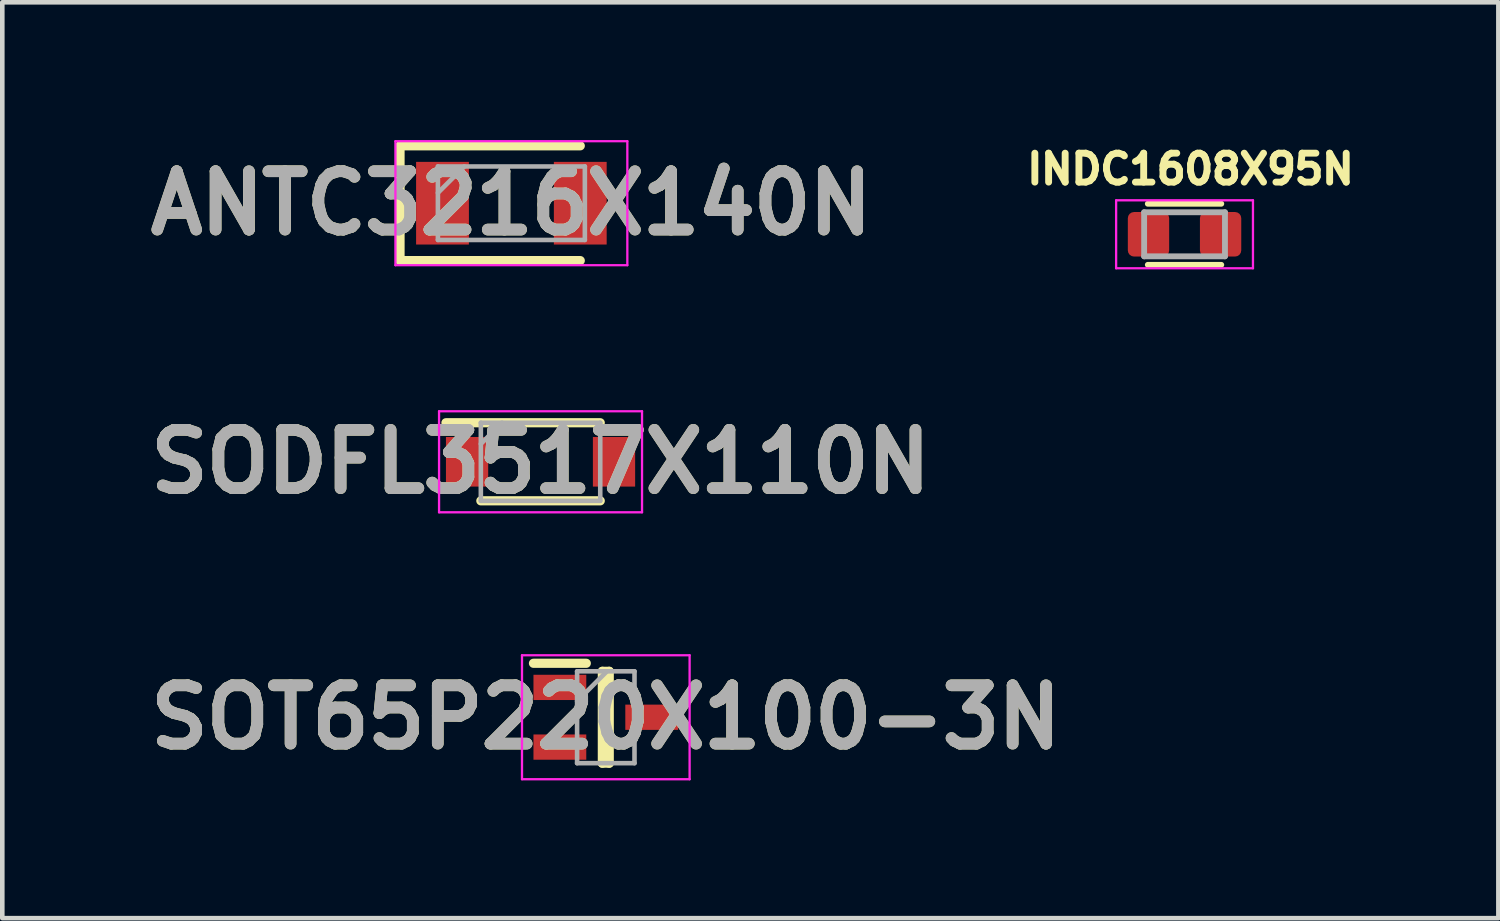
<source format=kicad_pcb>
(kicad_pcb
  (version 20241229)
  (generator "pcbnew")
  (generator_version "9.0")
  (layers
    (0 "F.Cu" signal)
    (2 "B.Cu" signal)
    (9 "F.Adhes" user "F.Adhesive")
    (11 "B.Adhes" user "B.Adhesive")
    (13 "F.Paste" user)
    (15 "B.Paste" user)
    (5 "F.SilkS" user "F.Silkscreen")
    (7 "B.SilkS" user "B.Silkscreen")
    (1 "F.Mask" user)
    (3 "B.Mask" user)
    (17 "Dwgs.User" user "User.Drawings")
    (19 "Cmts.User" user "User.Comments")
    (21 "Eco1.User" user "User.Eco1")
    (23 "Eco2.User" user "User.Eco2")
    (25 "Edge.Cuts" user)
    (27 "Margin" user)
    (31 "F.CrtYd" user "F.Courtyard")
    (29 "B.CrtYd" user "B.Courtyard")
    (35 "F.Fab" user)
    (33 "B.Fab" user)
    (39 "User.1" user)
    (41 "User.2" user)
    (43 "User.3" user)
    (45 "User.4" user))
  (footprint "INDC1608X95N"
    (layer "F.Cu")
    (at 22.745 2.052)
    (property "Reference" "INDC1608X95N" (at 0.13 -1.42 0) (layer "F.SilkS") (effects (font (size 0.63 0.63) (thickness 0.15))))
    (attr smd)
    (fp_line (start -0.8 -0.665) (end 0.8 -0.665) (stroke (width 0.127) (type solid)) (layer "F.SilkS"))
    (fp_line (start -0.8 0.665) (end 0.8 0.665) (stroke (width 0.127) (type solid)) (layer "F.SilkS"))
    (fp_line (start -1.49 -0.74) (end 1.49 -0.74) (stroke (width 0.05) (type solid)) (layer "F.CrtYd"))
    (fp_line (start -1.49 0.74) (end -1.49 -0.74) (stroke (width 0.05) (type solid)) (layer "F.CrtYd"))
    (fp_line (start 1.49 -0.74) (end 1.49 0.74) (stroke (width 0.05) (type solid)) (layer "F.CrtYd"))
    (fp_line (start 1.49 0.74) (end -1.49 0.74) (stroke (width 0.05) (type solid)) (layer "F.CrtYd"))
    (fp_line (start -0.88 -0.48) (end 0.88 -0.48) (stroke (width 0.127) (type solid)) (layer "F.Fab"))
    (fp_line (start -0.88 0.48) (end -0.88 -0.48) (stroke (width 0.127) (type solid)) (layer "F.Fab"))
    (fp_line (start 0.88 -0.48) (end 0.88 0.48) (stroke (width 0.127) (type solid)) (layer "F.Fab"))
    (fp_line (start 0.88 0.48) (end -0.88 0.48) (stroke (width 0.127) (type solid)) (layer "F.Fab"))
    (pad "1" smd roundrect (at -0.785 0) (size 0.9 0.97) (layers "F.Cu" "F.Mask" "F.Paste") (roundrect_rratio 0.15))
    (pad "2" smd roundrect (at 0.785 0) (size 0.9 0.97) (layers "F.Cu" "F.Mask" "F.Paste") (roundrect_rratio 0.15)))
  (footprint "SOT65P220X100-3N"
    (layer "F.Cu")
    (at 10.142 12.569)
    (property "Reference" "SOT65P220X100-3N" (at 0 0 0) (layer "F.SilkS") (effects (font (size 1.27 1.27) (thickness 0.254))))
    (attr smd)
    (fp_line (start -1.575 -1.175) (end -0.425 -1.175) (stroke (width 0.2) (type solid)) (layer "F.SilkS"))
    (fp_line (start -0.075 -1) (end 0.075 -1) (stroke (width 0.2) (type solid)) (layer "F.SilkS"))
    (fp_line (start -0.075 1) (end -0.075 -1) (stroke (width 0.2) (type solid)) (layer "F.SilkS"))
    (fp_line (start 0.075 -1) (end 0.075 1) (stroke (width 0.2) (type solid)) (layer "F.SilkS"))
    (fp_line (start 0.075 1) (end -0.075 1) (stroke (width 0.2) (type solid)) (layer "F.SilkS"))
    (fp_line (start -1.825 -1.35) (end 1.825 -1.35) (stroke (width 0.05) (type solid)) (layer "F.CrtYd"))
    (fp_line (start -1.825 1.35) (end -1.825 -1.35) (stroke (width 0.05) (type solid)) (layer "F.CrtYd"))
    (fp_line (start 1.825 -1.35) (end 1.825 1.35) (stroke (width 0.05) (type solid)) (layer "F.CrtYd"))
    (fp_line (start 1.825 1.35) (end -1.825 1.35) (stroke (width 0.05) (type solid)) (layer "F.CrtYd"))
    (fp_line (start -0.625 -1) (end 0.625 -1) (stroke (width 0.1) (type solid)) (layer "F.Fab"))
    (fp_line (start -0.625 -0.35) (end 0.025 -1) (stroke (width 0.1) (type solid)) (layer "F.Fab"))
    (fp_line (start -0.625 1) (end -0.625 -1) (stroke (width 0.1) (type solid)) (layer "F.Fab"))
    (fp_line (start 0.625 -1) (end 0.625 1) (stroke (width 0.1) (type solid)) (layer "F.Fab"))
    (fp_line (start 0.625 1) (end -0.625 1) (stroke (width 0.1) (type solid)) (layer "F.Fab"))
    (fp_text user "${REFERENCE}" (at 0 0 0) (layer "F.Fab") (effects (font (size 1.27 1.27) (thickness 0.254))))
    (pad "1" smd rect (at -1 -0.65 90) (size 0.55 1.15) (layers "F.Cu" "F.Mask" "F.Paste"))
    (pad "2" smd rect (at -1 0.65 90) (size 0.55 1.15) (layers "F.Cu" "F.Mask" "F.Paste"))
    (pad "3" smd rect (at 1 0 90) (size 0.55 1.15) (layers "F.Cu" "F.Mask" "F.Paste")))
  (footprint "SODFL3517X110N"
    (layer "F.Cu")
    (at 8.721 7.006)
    (property "Reference" "SODFL3517X110N" (at 0 0 0) (layer "F.SilkS") (effects (font (size 1.27 1.27) (thickness 0.254))))
    (attr smd)
    (fp_line (start -2.06 -0.85) (end 1.3 -0.85) (stroke (width 0.2) (type solid)) (layer "F.SilkS"))
    (fp_line (start -1.3 0.85) (end 1.3 0.85) (stroke (width 0.2) (type solid)) (layer "F.SilkS"))
    (fp_line (start -2.21 -1.1) (end 2.21 -1.1) (stroke (width 0.05) (type solid)) (layer "F.CrtYd"))
    (fp_line (start -2.21 1.1) (end -2.21 -1.1) (stroke (width 0.05) (type solid)) (layer "F.CrtYd"))
    (fp_line (start 2.21 -1.1) (end 2.21 1.1) (stroke (width 0.05) (type solid)) (layer "F.CrtYd"))
    (fp_line (start 2.21 1.1) (end -2.21 1.1) (stroke (width 0.05) (type solid)) (layer "F.CrtYd"))
    (fp_line (start -1.3 -0.85) (end 1.3 -0.85) (stroke (width 0.1) (type solid)) (layer "F.Fab"))
    (fp_line (start -1.3 -0.39) (end -0.84 -0.85) (stroke (width 0.1) (type solid)) (layer "F.Fab"))
    (fp_line (start -1.3 0.85) (end -1.3 -0.85) (stroke (width 0.1) (type solid)) (layer "F.Fab"))
    (fp_line (start 1.3 -0.85) (end 1.3 0.85) (stroke (width 0.1) (type solid)) (layer "F.Fab"))
    (fp_line (start 1.3 0.85) (end -1.3 0.85) (stroke (width 0.1) (type solid)) (layer "F.Fab"))
    (fp_text user "${REFERENCE}" (at 0 0 0) (layer "F.Fab") (effects (font (size 1.27 1.27) (thickness 0.254))))
    (pad "1" smd rect (at -1.6 0) (size 0.92 1.08) (layers "F.Cu" "F.Mask" "F.Paste"))
    (pad "2" smd rect (at 1.6 0) (size 0.92 1.08) (layers "F.Cu" "F.Mask" "F.Paste")))
  (footprint "ANTC3216X140N"
    (layer "F.Cu")
    (at 8.086 1.375)
    (property "Reference" "ANTC3216X140N" (at 0 0 0) (layer "F.SilkS") (effects (font (size 1.27 1.27) (thickness 0.254))))
    (attr smd)
    (fp_line (start -2.425 -1.25) (end -2.425 1.25) (stroke (width 0.2) (type solid)) (layer "F.SilkS"))
    (fp_line (start -2.425 1.25) (end 1.5 1.25) (stroke (width 0.2) (type solid)) (layer "F.SilkS"))
    (fp_line (start 1.5 -1.25) (end -2.425 -1.25) (stroke (width 0.2) (type solid)) (layer "F.SilkS"))
    (fp_line (start -2.525 -1.35) (end 2.525 -1.35) (stroke (width 0.05) (type solid)) (layer "F.CrtYd"))
    (fp_line (start -2.525 1.35) (end -2.525 -1.35) (stroke (width 0.05) (type solid)) (layer "F.CrtYd"))
    (fp_line (start 2.525 -1.35) (end 2.525 1.35) (stroke (width 0.05) (type solid)) (layer "F.CrtYd"))
    (fp_line (start 2.525 1.35) (end -2.525 1.35) (stroke (width 0.05) (type solid)) (layer "F.CrtYd"))
    (fp_line (start -1.6 -0.8) (end 1.6 -0.8) (stroke (width 0.1) (type solid)) (layer "F.Fab"))
    (fp_line (start -1.6 -0.225) (end -1.025 -0.8) (stroke (width 0.1) (type solid)) (layer "F.Fab"))
    (fp_line (start -1.6 0.8) (end -1.6 -0.8) (stroke (width 0.1) (type solid)) (layer "F.Fab"))
    (fp_line (start 1.6 -0.8) (end 1.6 0.8) (stroke (width 0.1) (type solid)) (layer "F.Fab"))
    (fp_line (start 1.6 0.8) (end -1.6 0.8) (stroke (width 0.1) (type solid)) (layer "F.Fab"))
    (fp_text user "${REFERENCE}" (at 0 0 0) (layer "F.Fab") (effects (font (size 1.27 1.27) (thickness 0.254))))
    (pad "1" smd rect (at -1.5 0) (size 1.15 1.8) (layers "F.Cu" "F.Mask" "F.Paste"))
    (pad "2" smd rect (at 1.5 0) (size 1.15 1.8) (layers "F.Cu" "F.Mask" "F.Paste")))
  (gr_rect
    (start -3 -3)
    (end 29.579 16.944)
    (stroke (width 0.1) (type default))
    (fill no)
    (layer "Edge.Cuts")))
</source>
